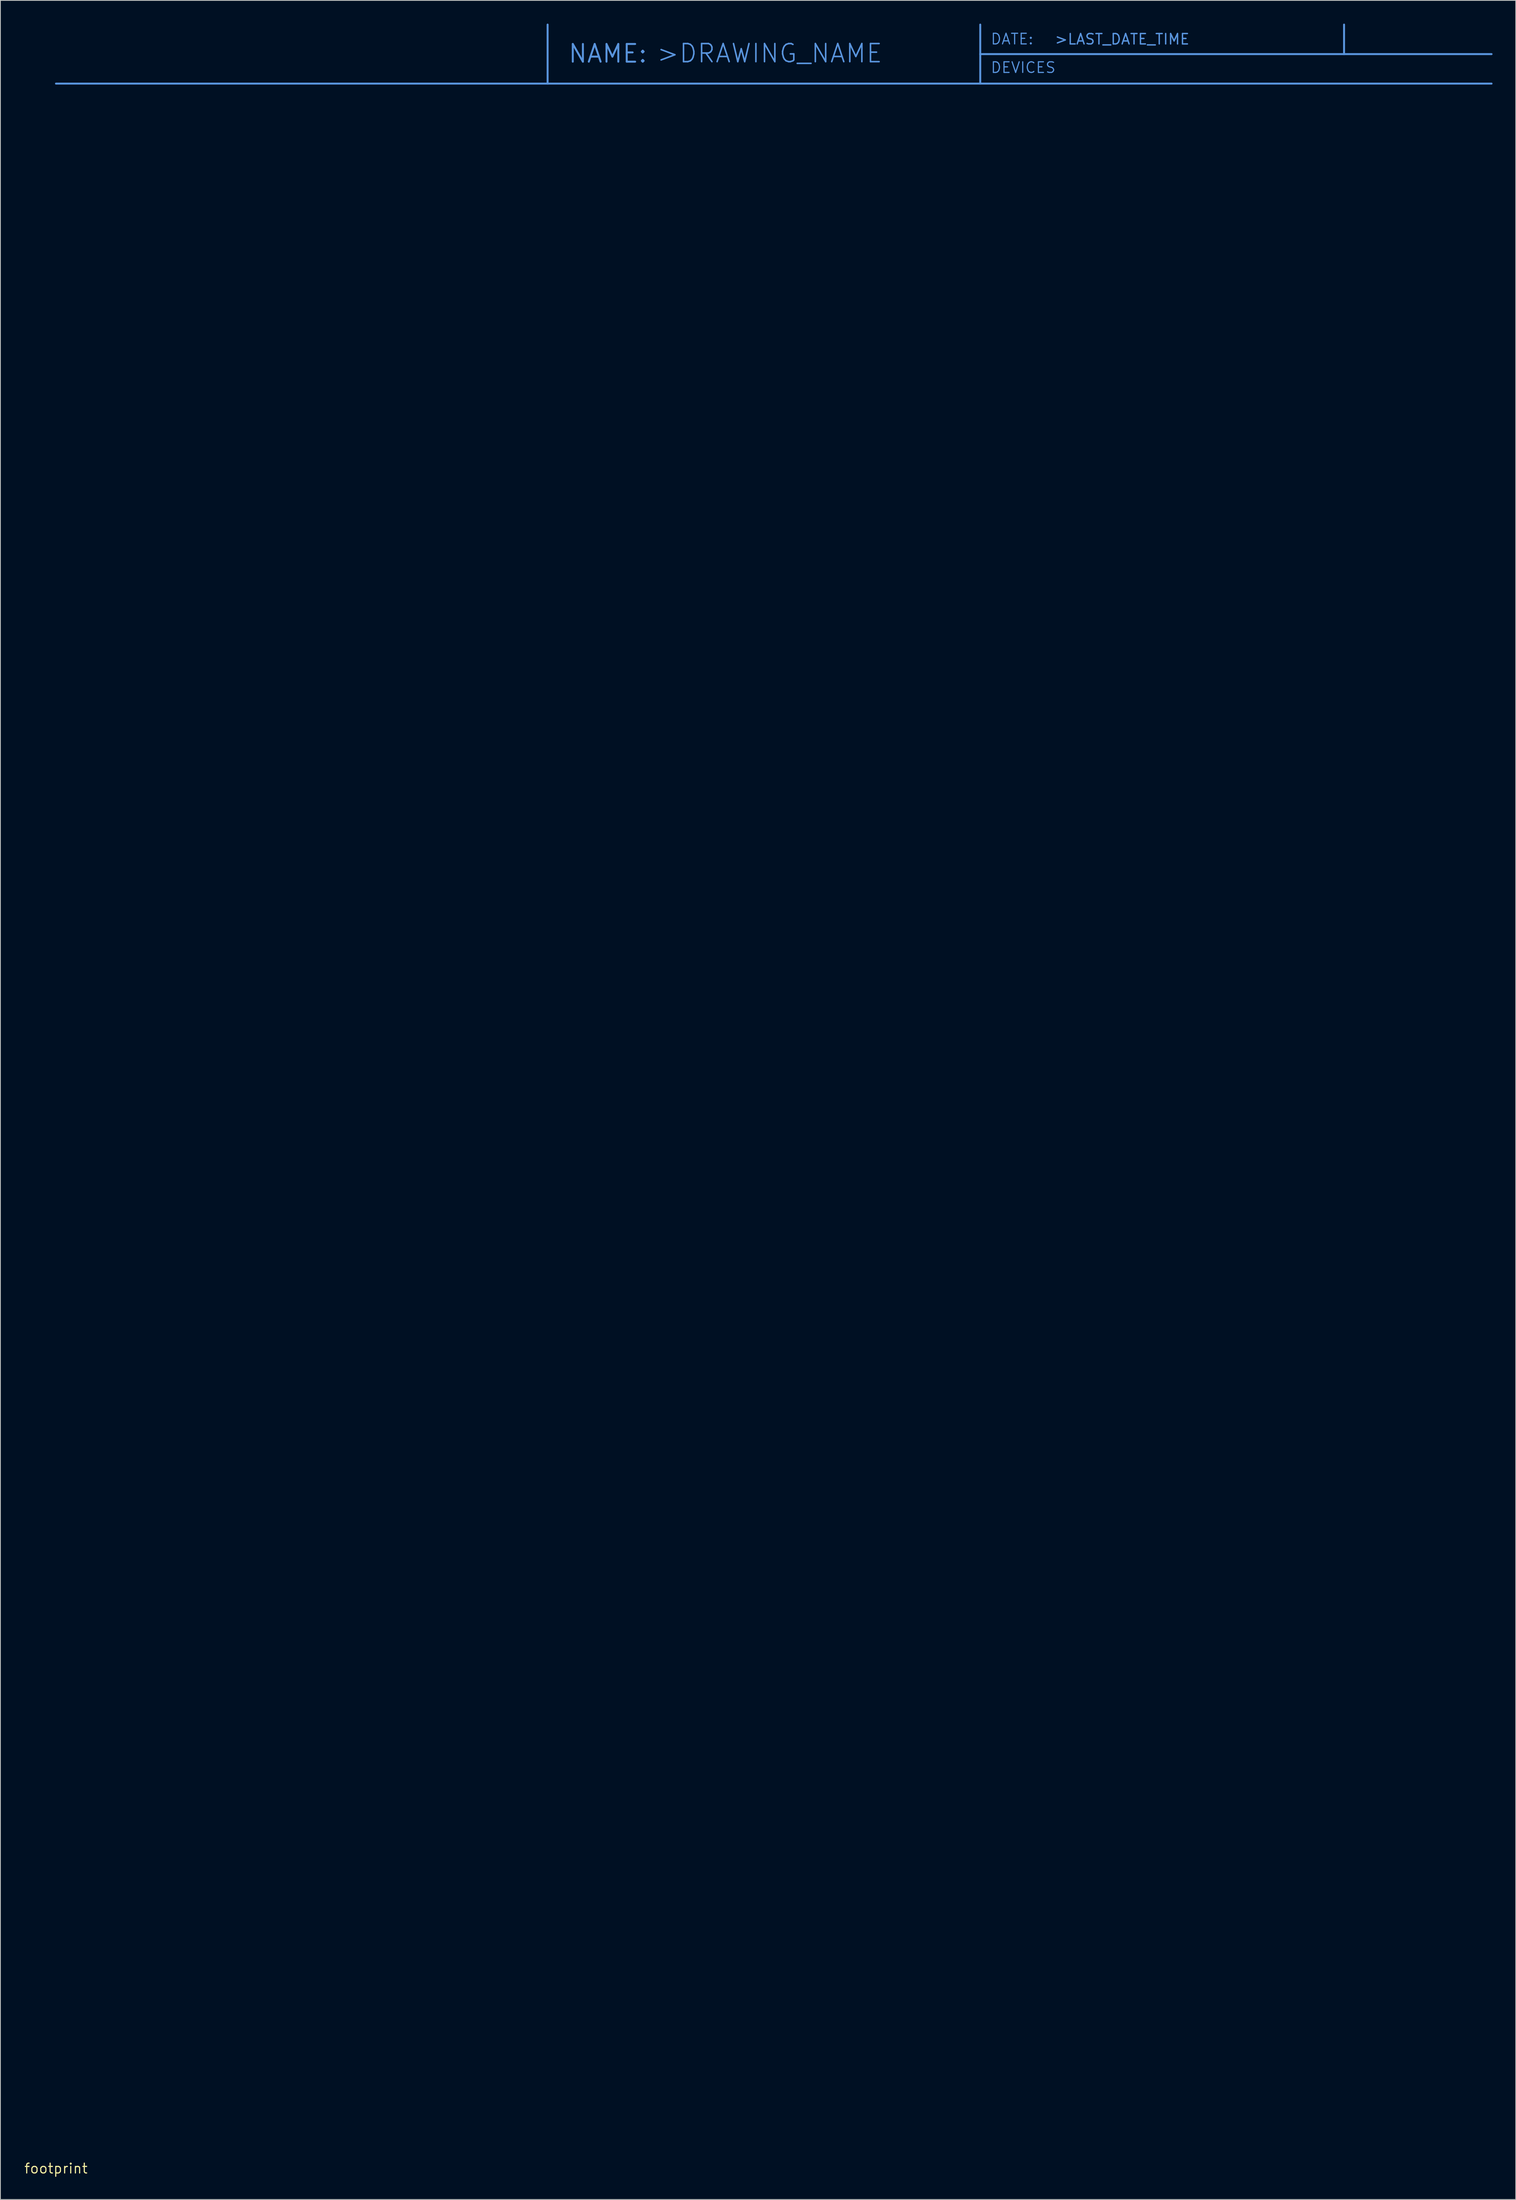
<source format=kicad_pcb>
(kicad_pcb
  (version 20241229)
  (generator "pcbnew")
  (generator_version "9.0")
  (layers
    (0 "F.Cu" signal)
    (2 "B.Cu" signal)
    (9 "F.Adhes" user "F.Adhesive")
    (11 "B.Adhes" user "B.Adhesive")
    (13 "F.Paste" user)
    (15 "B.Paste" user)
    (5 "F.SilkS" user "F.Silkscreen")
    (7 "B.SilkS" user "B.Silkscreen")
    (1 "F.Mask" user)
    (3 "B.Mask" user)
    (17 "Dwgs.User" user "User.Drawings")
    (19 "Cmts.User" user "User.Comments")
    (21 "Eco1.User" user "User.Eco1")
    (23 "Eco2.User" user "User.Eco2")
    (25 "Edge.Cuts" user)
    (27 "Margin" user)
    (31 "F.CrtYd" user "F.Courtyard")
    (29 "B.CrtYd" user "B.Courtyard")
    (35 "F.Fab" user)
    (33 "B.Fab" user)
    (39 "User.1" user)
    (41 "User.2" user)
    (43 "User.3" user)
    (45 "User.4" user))
  (footprint "footprint"
    (layer "F.Cu")
    (at 4.18 276.987)
    (property "Reference" "footprint" (at 0 0 0) (layer "F.SilkS") (effects (font (size 1.27 1.27) (thickness 0.15))))
    (fp_line (start 0 -269.24) (end 63.5 -269.24) (stroke (width 0.254) (type solid)) (layer "Cmts.User"))
    (fp_line (start 63.5 -269.24) (end 63.5 -276.86) (stroke (width 0.254) (type solid)) (layer "Cmts.User"))
    (fp_line (start 119.38 -276.86) (end 119.38 -273.05) (stroke (width 0.254) (type solid)) (layer "Cmts.User"))
    (fp_line (start 119.38 -273.05) (end 119.38 -269.24) (stroke (width 0.254) (type solid)) (layer "Cmts.User"))
    (fp_line (start 119.38 -269.24) (end 63.5 -269.24) (stroke (width 0.254) (type solid)) (layer "Cmts.User"))
    (fp_line (start 166.37 -273.05) (end 119.38 -273.05) (stroke (width 0.254) (type solid)) (layer "Cmts.User"))
    (fp_line (start 166.37 -273.05) (end 166.37 -276.86) (stroke (width 0.254) (type solid)) (layer "Cmts.User"))
    (fp_line (start 185.42 -273.05) (end 166.37 -273.05) (stroke (width 0.254) (type solid)) (layer "Cmts.User"))
    (fp_line (start 185.42 -269.24) (end 119.38 -269.24) (stroke (width 0.254) (type solid)) (layer "Cmts.User"))
    (fp_text user ">LAST_DATE_TIME" (at 128.905 -274.193 0) (layer "Cmts.User") (effects (font (size 1.341 1.341) (thickness 0.183)) (justify left bottom)))
    (fp_text user "DEVICES" (at 120.65 -270.51 0) (layer "Cmts.User") (effects (font (size 1.372 1.372) (thickness 0.152)) (justify left bottom)))
    (fp_text user ">DRAWING_NAME" (at 77.47 -271.78 0) (layer "Cmts.User") (effects (font (size 2.337 2.337) (thickness 0.203)) (justify left bottom)))
    (fp_text user "DATE:" (at 120.65 -274.193 0) (layer "Cmts.User") (effects (font (size 1.372 1.372) (thickness 0.152)) (justify left bottom)))
    (fp_text user "NAME:" (at 66.04 -271.78 0) (layer "Cmts.User") (effects (font (size 2.286 2.286) (thickness 0.254)) (justify left bottom))))
  (gr_rect
    (start -3 -3)
    (end 192.727 280.993)
    (stroke (width 0.1) (type default))
    (fill no)
    (layer "Edge.Cuts")))
</source>
